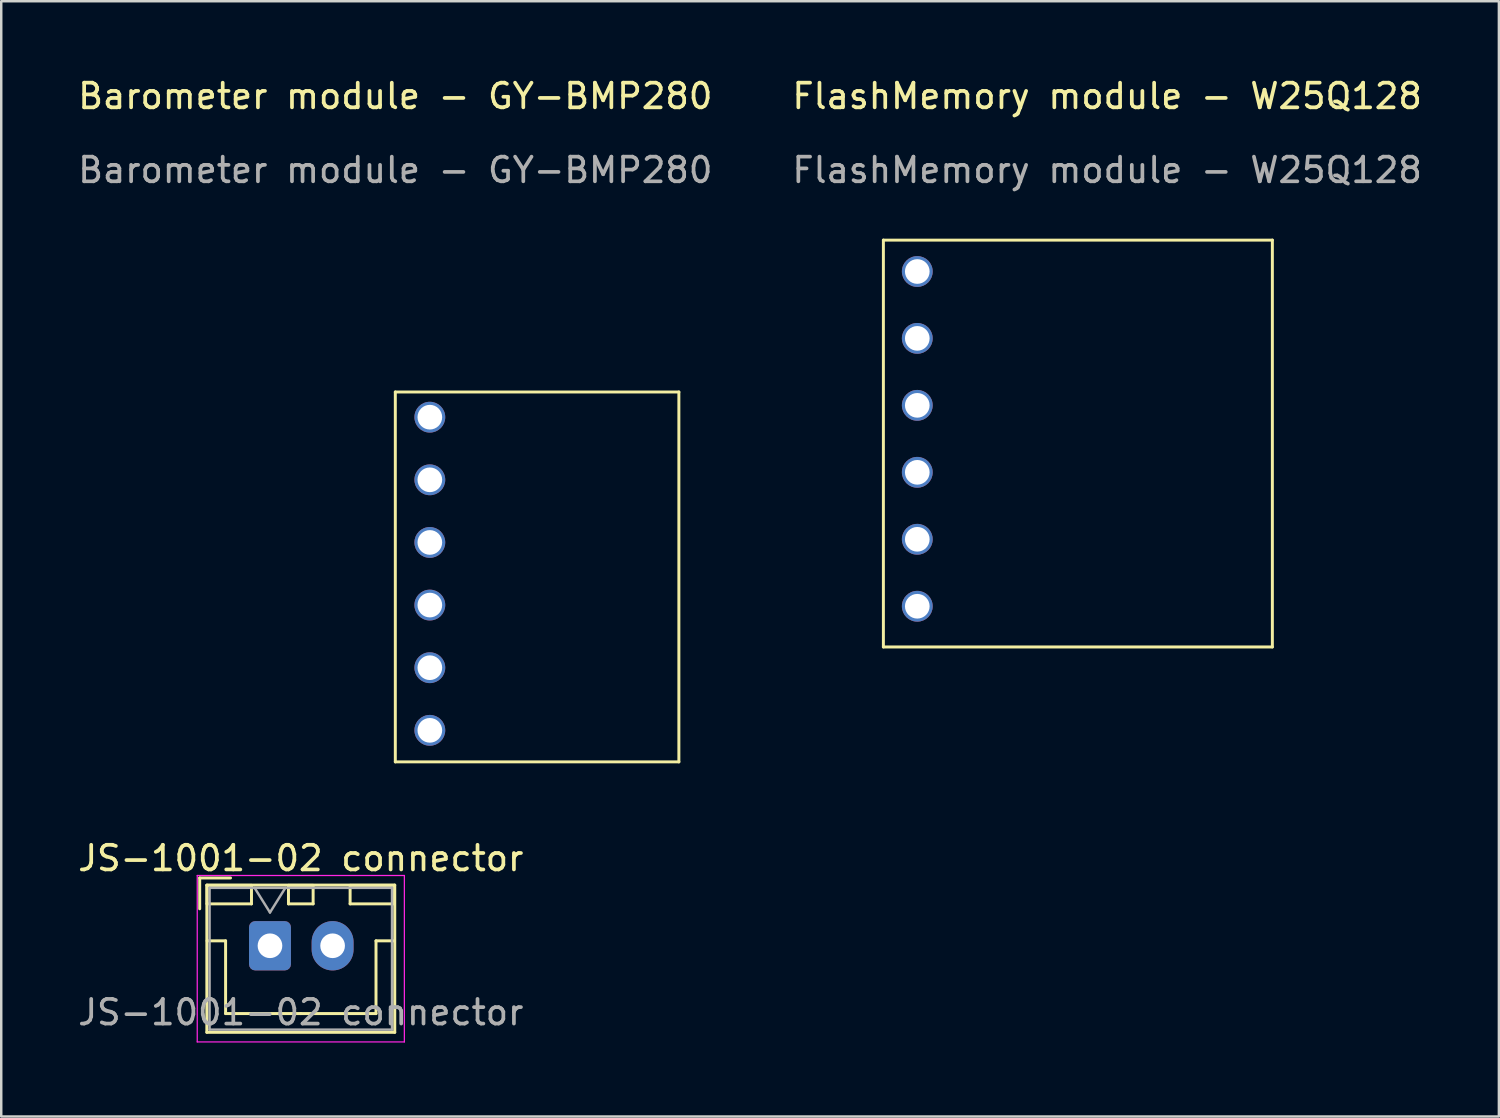
<source format=kicad_pcb>
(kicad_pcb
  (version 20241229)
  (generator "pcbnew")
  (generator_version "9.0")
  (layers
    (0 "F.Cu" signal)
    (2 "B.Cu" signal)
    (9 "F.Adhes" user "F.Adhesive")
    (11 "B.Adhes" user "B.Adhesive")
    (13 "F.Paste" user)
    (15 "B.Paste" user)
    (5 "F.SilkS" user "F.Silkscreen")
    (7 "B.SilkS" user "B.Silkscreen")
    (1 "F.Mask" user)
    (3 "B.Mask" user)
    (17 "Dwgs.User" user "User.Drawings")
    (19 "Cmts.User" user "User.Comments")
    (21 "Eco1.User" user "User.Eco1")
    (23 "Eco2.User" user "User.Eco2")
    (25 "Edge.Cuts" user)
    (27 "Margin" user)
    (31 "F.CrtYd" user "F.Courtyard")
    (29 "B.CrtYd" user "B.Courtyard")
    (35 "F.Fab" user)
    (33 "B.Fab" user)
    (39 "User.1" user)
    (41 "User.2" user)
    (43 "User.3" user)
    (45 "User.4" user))
  (footprint "FlashMemory module - W25Q128"
    (layer "F.Cu")
    (at 44.151 6.688)
    (property "Reference" "FlashMemory module - W25Q128" (at -2.3 -5.84 0) (unlocked yes) (layer "F.SilkS") (effects (font (size 1 1) (thickness 0.15))))
    (attr smd)
    (fp_line (start -11.375 0) (end -11.375 16.5) (stroke (width 0.12) (type solid)) (layer "F.SilkS"))
    (fp_line (start -11.375 0) (end 4.4 0) (stroke (width 0.12) (type solid)) (layer "F.SilkS"))
    (fp_line (start -11.375 16.5) (end 4.4 16.5) (stroke (width 0.12) (type solid)) (layer "F.SilkS"))
    (fp_line (start 4.4 0) (end 4.4 16.5) (stroke (width 0.12) (type solid)) (layer "F.SilkS"))
    (fp_text user "${REFERENCE}" (at -2.3 -2.84 0) (unlocked yes) (layer "F.Fab") (effects (font (size 1 1) (thickness 0.15))))
    (pad "1" thru_hole circle (at -10 1.273) (size 1.25 1.25) (drill 1) (layers "*.Cu" "*.Mask"))
    (pad "2" thru_hole circle (at -10 3.985) (size 1.25 1.25) (drill 1) (layers "*.Cu" "*.Mask"))
    (pad "3" thru_hole circle (at -10 6.701) (size 1.25 1.25) (drill 1) (layers "*.Cu" "*.Mask"))
    (pad "4" thru_hole circle (at -10 9.417) (size 1.25 1.25) (drill 1) (layers "*.Cu" "*.Mask"))
    (pad "5" thru_hole circle (at -10 12.133) (size 1.25 1.25) (drill 1) (layers "*.Cu" "*.Mask"))
    (pad "6" thru_hole circle (at -10 14.849) (size 1.25 1.25) (drill 1) (layers "*.Cu" "*.Mask")))
  (footprint "JS-1001-02 connector"
    (layer "F.Cu")
    (at 7.899 35.306)
    (property "Reference" "JS-1001-02 connector" (at 1.25 -3.55 0) (layer "F.SilkS") (effects (font (size 1 1) (thickness 0.15))))
    (attr through_hole)
    (fp_line (start -2.85 -2.75) (end -2.85 -1.5) (stroke (width 0.12) (type solid)) (layer "F.SilkS"))
    (fp_line (start -2.56 -2.46) (end -2.56 3.51) (stroke (width 0.12) (type solid)) (layer "F.SilkS"))
    (fp_line (start -2.56 3.51) (end 5.06 3.51) (stroke (width 0.12) (type solid)) (layer "F.SilkS"))
    (fp_line (start -2.55 -2.45) (end -2.55 -1.7) (stroke (width 0.12) (type solid)) (layer "F.SilkS"))
    (fp_line (start -2.55 -1.7) (end -0.75 -1.7) (stroke (width 0.12) (type solid)) (layer "F.SilkS"))
    (fp_line (start -2.55 -0.2) (end -1.8 -0.2) (stroke (width 0.12) (type solid)) (layer "F.SilkS"))
    (fp_line (start -1.8 -0.2) (end -1.8 2.75) (stroke (width 0.12) (type solid)) (layer "F.SilkS"))
    (fp_line (start -1.8 2.75) (end 1.25 2.75) (stroke (width 0.12) (type solid)) (layer "F.SilkS"))
    (fp_line (start -1.6 -2.75) (end -2.85 -2.75) (stroke (width 0.12) (type solid)) (layer "F.SilkS"))
    (fp_line (start -0.75 -2.45) (end -2.55 -2.45) (stroke (width 0.12) (type solid)) (layer "F.SilkS"))
    (fp_line (start -0.75 -1.7) (end -0.75 -2.45) (stroke (width 0.12) (type solid)) (layer "F.SilkS"))
    (fp_line (start 0.75 -2.45) (end 0.75 -1.7) (stroke (width 0.12) (type solid)) (layer "F.SilkS"))
    (fp_line (start 0.75 -1.7) (end 1.75 -1.7) (stroke (width 0.12) (type solid)) (layer "F.SilkS"))
    (fp_line (start 1.75 -2.45) (end 0.75 -2.45) (stroke (width 0.12) (type solid)) (layer "F.SilkS"))
    (fp_line (start 1.75 -1.7) (end 1.75 -2.45) (stroke (width 0.12) (type solid)) (layer "F.SilkS"))
    (fp_line (start 3.25 -2.45) (end 3.25 -1.7) (stroke (width 0.12) (type solid)) (layer "F.SilkS"))
    (fp_line (start 3.25 -1.7) (end 5.05 -1.7) (stroke (width 0.12) (type solid)) (layer "F.SilkS"))
    (fp_line (start 4.3 -0.2) (end 4.3 2.75) (stroke (width 0.12) (type solid)) (layer "F.SilkS"))
    (fp_line (start 4.3 2.75) (end 1.25 2.75) (stroke (width 0.12) (type solid)) (layer "F.SilkS"))
    (fp_line (start 5.05 -2.45) (end 3.25 -2.45) (stroke (width 0.12) (type solid)) (layer "F.SilkS"))
    (fp_line (start 5.05 -1.7) (end 5.05 -2.45) (stroke (width 0.12) (type solid)) (layer "F.SilkS"))
    (fp_line (start 5.05 -0.2) (end 4.3 -0.2) (stroke (width 0.12) (type solid)) (layer "F.SilkS"))
    (fp_line (start 5.06 -2.46) (end -2.56 -2.46) (stroke (width 0.12) (type solid)) (layer "F.SilkS"))
    (fp_line (start 5.06 3.51) (end 5.06 -2.46) (stroke (width 0.12) (type solid)) (layer "F.SilkS"))
    (fp_line (start -2.95 -2.85) (end -2.95 3.9) (stroke (width 0.05) (type solid)) (layer "F.CrtYd"))
    (fp_line (start -2.95 3.9) (end 5.45 3.9) (stroke (width 0.05) (type solid)) (layer "F.CrtYd"))
    (fp_line (start 5.45 -2.85) (end -2.95 -2.85) (stroke (width 0.05) (type solid)) (layer "F.CrtYd"))
    (fp_line (start 5.45 3.9) (end 5.45 -2.85) (stroke (width 0.05) (type solid)) (layer "F.CrtYd"))
    (fp_line (start -2.45 -2.35) (end -2.45 3.4) (stroke (width 0.1) (type solid)) (layer "F.Fab"))
    (fp_line (start -2.45 3.4) (end 4.95 3.4) (stroke (width 0.1) (type solid)) (layer "F.Fab"))
    (fp_line (start -0.625 -2.35) (end 0 -1.35) (stroke (width 0.1) (type solid)) (layer "F.Fab"))
    (fp_line (start 0 -1.35) (end 0.625 -2.35) (stroke (width 0.1) (type solid)) (layer "F.Fab"))
    (fp_line (start 4.95 -2.35) (end -2.45 -2.35) (stroke (width 0.1) (type solid)) (layer "F.Fab"))
    (fp_line (start 4.95 3.4) (end 4.95 -2.35) (stroke (width 0.1) (type solid)) (layer "F.Fab"))
    (fp_text user "${REFERENCE}" (at 1.25 2.7 0) (layer "F.Fab") (effects (font (size 1 1) (thickness 0.15))))
    (pad "1" thru_hole roundrect (at 0 0) (size 1.7 2) (drill 1) (layers "*.Cu" "*.Mask") (roundrect_rratio 0.147))
    (pad "2" thru_hole oval (at 2.54 0) (size 1.7 2) (drill 1) (layers "*.Cu" "*.Mask")))
  (footprint "Barometer module - GY-BMP280"
    (layer "F.Cu")
    (at 12.982 12.848)
    (property "Reference" "Barometer module - GY-BMP280" (at 0 -12 0) (unlocked yes) (layer "F.SilkS") (effects (font (size 1 1) (thickness 0.15))))
    (attr smd)
    (fp_line (start 0 0) (end 11.5 0) (stroke (width 0.12) (type solid)) (layer "F.SilkS"))
    (fp_line (start 0 15) (end 0 0) (stroke (width 0.12) (type solid)) (layer "F.SilkS"))
    (fp_line (start 11.5 0) (end 11.5 15) (stroke (width 0.12) (type solid)) (layer "F.SilkS"))
    (fp_line (start 11.5 15) (end 0 15) (stroke (width 0.12) (type solid)) (layer "F.SilkS"))
    (fp_text user "${REFERENCE}" (at 0 -9 0) (unlocked yes) (layer "F.Fab") (effects (font (size 1 1) (thickness 0.15))))
    (pad "1" thru_hole circle (at 1.4 1.021) (size 1.25 1.25) (drill 1) (layers "*.Cu" "*.Mask"))
    (pad "2" thru_hole circle (at 1.4 3.561) (size 1.25 1.25) (drill 1) (layers "*.Cu" "*.Mask"))
    (pad "3" thru_hole circle (at 1.4 6.101) (size 1.25 1.25) (drill 1) (layers "*.Cu" "*.Mask"))
    (pad "4" thru_hole circle (at 1.4 8.641) (size 1.25 1.25) (drill 1) (layers "*.Cu" "*.Mask"))
    (pad "5" thru_hole circle (at 1.4 11.181) (size 1.25 1.25) (drill 1) (layers "*.Cu" "*.Mask"))
    (pad "6" thru_hole circle (at 1.4 13.721) (size 1.25 1.25) (drill 1) (layers "*.Cu" "*.Mask")))
  (gr_rect
    (start -3 -3)
    (end 57.738 42.231)
    (stroke (width 0.1) (type default))
    (fill no)
    (layer "Edge.Cuts")))
</source>
